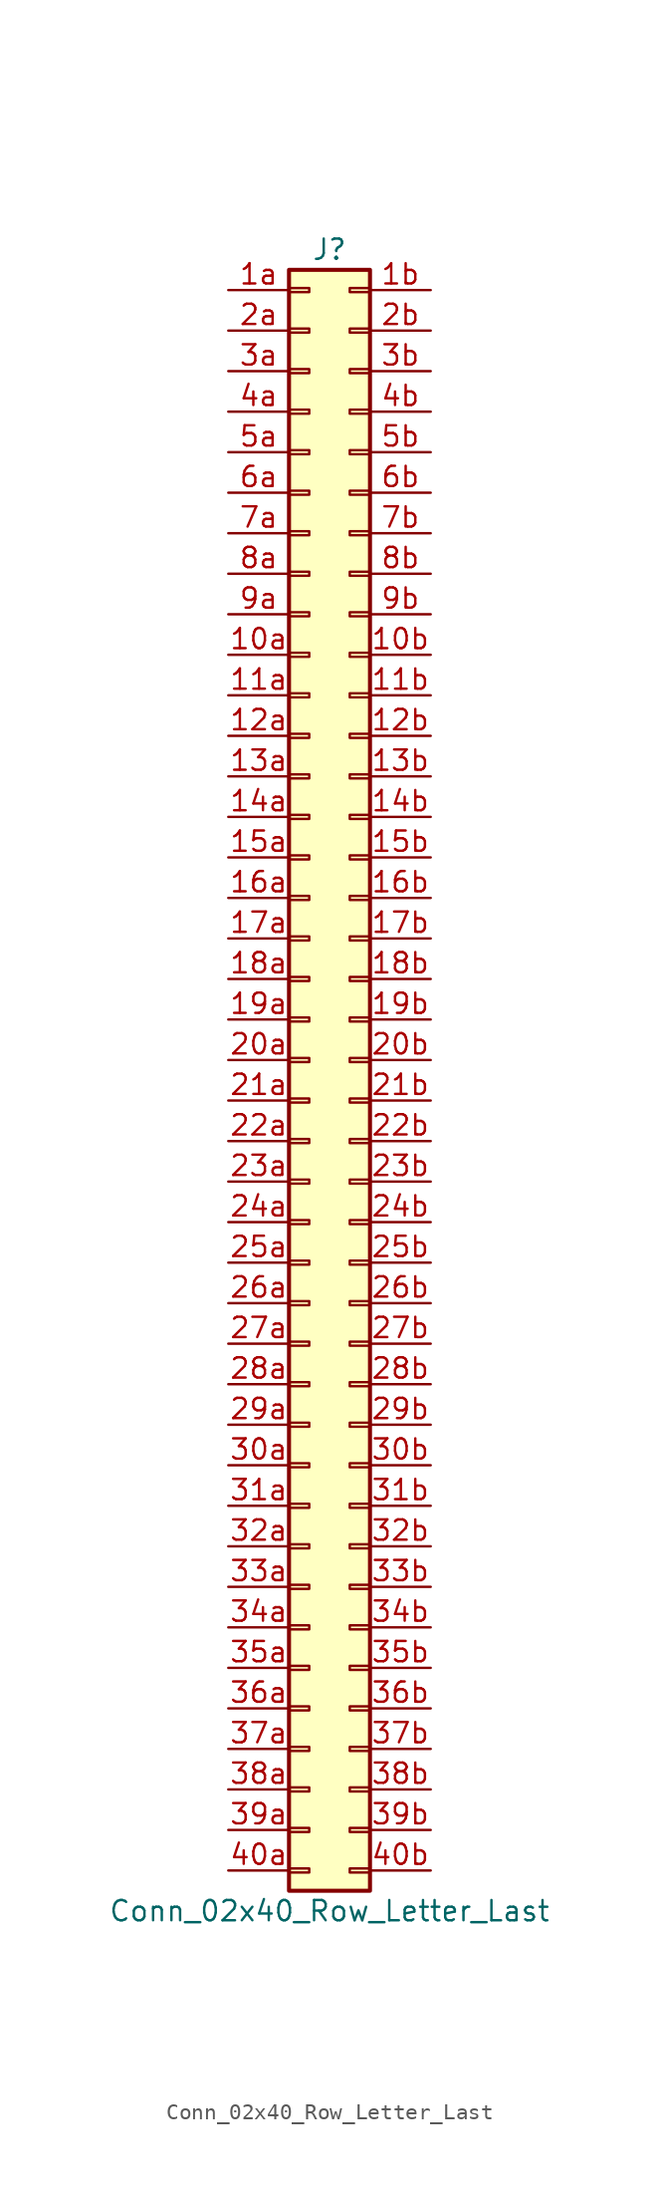
<source format=kicad_sym>
(kicad_symbol_lib
  (version 20220914)
  (generator kicad_symbol_editor)
  (symbol "Conn_02x40_Row_Letter_Last"
    (pin_names
      (offset 1.016) hide)
    (property "Reference" "J"
      (at 1.27 50.8 0)
      (effects (font (size 1.27 1.27))))
    (property "Value" "Conn_02x40_Row_Letter_Last"
      (at 1.27 -53.34 0)
      (effects (font (size 1.27 1.27))))
    (symbol "Conn_02x40_Row_Letter_Last_1_1"
      (rectangle (start -1.27 -50.673) (end 0 -50.927) (stroke (width 0.152) (type solid)) (fill (type none)))
      (rectangle (start -1.27 -48.133) (end 0 -48.387) (stroke (width 0.152) (type solid)) (fill (type none)))
      (rectangle (start -1.27 -45.593) (end 0 -45.847) (stroke (width 0.152) (type solid)) (fill (type none)))
      (rectangle (start -1.27 -43.053) (end 0 -43.307) (stroke (width 0.152) (type solid)) (fill (type none)))
      (rectangle (start -1.27 -40.513) (end 0 -40.767) (stroke (width 0.152) (type solid)) (fill (type none)))
      (rectangle (start -1.27 -37.973) (end 0 -38.227) (stroke (width 0.152) (type solid)) (fill (type none)))
      (rectangle (start -1.27 -35.433) (end 0 -35.687) (stroke (width 0.152) (type solid)) (fill (type none)))
      (rectangle (start -1.27 -32.893) (end 0 -33.147) (stroke (width 0.152) (type solid)) (fill (type none)))
      (rectangle (start -1.27 -30.353) (end 0 -30.607) (stroke (width 0.152) (type solid)) (fill (type none)))
      (rectangle (start -1.27 -27.813) (end 0 -28.067) (stroke (width 0.152) (type solid)) (fill (type none)))
      (rectangle (start -1.27 -25.273) (end 0 -25.527) (stroke (width 0.152) (type solid)) (fill (type none)))
      (rectangle (start -1.27 -22.733) (end 0 -22.987) (stroke (width 0.152) (type solid)) (fill (type none)))
      (rectangle (start -1.27 -20.193) (end 0 -20.447) (stroke (width 0.152) (type solid)) (fill (type none)))
      (rectangle (start -1.27 -17.653) (end 0 -17.907) (stroke (width 0.152) (type solid)) (fill (type none)))
      (rectangle (start -1.27 -15.113) (end 0 -15.367) (stroke (width 0.152) (type solid)) (fill (type none)))
      (rectangle (start -1.27 -12.573) (end 0 -12.827) (stroke (width 0.152) (type solid)) (fill (type none)))
      (rectangle (start -1.27 -10.033) (end 0 -10.287) (stroke (width 0.152) (type solid)) (fill (type none)))
      (rectangle (start -1.27 -7.493) (end 0 -7.747) (stroke (width 0.152) (type solid)) (fill (type none)))
      (rectangle (start -1.27 -4.953) (end 0 -5.207) (stroke (width 0.152) (type solid)) (fill (type none)))
      (rectangle (start -1.27 -2.413) (end 0 -2.667) (stroke (width 0.152) (type solid)) (fill (type none)))
      (rectangle (start -1.27 0.127) (end 0 -0.127) (stroke (width 0.152) (type solid)) (fill (type none)))
      (rectangle (start -1.27 2.667) (end 0 2.413) (stroke (width 0.152) (type solid)) (fill (type none)))
      (rectangle (start -1.27 5.207) (end 0 4.953) (stroke (width 0.152) (type solid)) (fill (type none)))
      (rectangle (start -1.27 7.747) (end 0 7.493) (stroke (width 0.152) (type solid)) (fill (type none)))
      (rectangle (start -1.27 10.287) (end 0 10.033) (stroke (width 0.152) (type solid)) (fill (type none)))
      (rectangle (start -1.27 12.827) (end 0 12.573) (stroke (width 0.152) (type solid)) (fill (type none)))
      (rectangle (start -1.27 15.367) (end 0 15.113) (stroke (width 0.152) (type solid)) (fill (type none)))
      (rectangle (start -1.27 17.907) (end 0 17.653) (stroke (width 0.152) (type solid)) (fill (type none)))
      (rectangle (start -1.27 20.447) (end 0 20.193) (stroke (width 0.152) (type solid)) (fill (type none)))
      (rectangle (start -1.27 22.987) (end 0 22.733) (stroke (width 0.152) (type solid)) (fill (type none)))
      (rectangle (start -1.27 25.527) (end 0 25.273) (stroke (width 0.152) (type solid)) (fill (type none)))
      (rectangle (start -1.27 28.067) (end 0 27.813) (stroke (width 0.152) (type solid)) (fill (type none)))
      (rectangle (start -1.27 30.607) (end 0 30.353) (stroke (width 0.152) (type solid)) (fill (type none)))
      (rectangle (start -1.27 33.147) (end 0 32.893) (stroke (width 0.152) (type solid)) (fill (type none)))
      (rectangle (start -1.27 35.687) (end 0 35.433) (stroke (width 0.152) (type solid)) (fill (type none)))
      (rectangle (start -1.27 38.227) (end 0 37.973) (stroke (width 0.152) (type solid)) (fill (type none)))
      (rectangle (start -1.27 40.767) (end 0 40.513) (stroke (width 0.152) (type solid)) (fill (type none)))
      (rectangle (start -1.27 43.307) (end 0 43.053) (stroke (width 0.152) (type solid)) (fill (type none)))
      (rectangle (start -1.27 45.847) (end 0 45.593) (stroke (width 0.152) (type solid)) (fill (type none)))
      (rectangle (start -1.27 48.387) (end 0 48.133) (stroke (width 0.152) (type solid)) (fill (type none)))
      (rectangle (start -1.27 49.53) (end 3.81 -52.07) (stroke (width 0.254) (type solid)) (fill (type background)))
      (rectangle (start 3.81 -50.673) (end 2.54 -50.927) (stroke (width 0.152) (type solid)) (fill (type none)))
      (rectangle (start 3.81 -48.133) (end 2.54 -48.387) (stroke (width 0.152) (type solid)) (fill (type none)))
      (rectangle (start 3.81 -45.593) (end 2.54 -45.847) (stroke (width 0.152) (type solid)) (fill (type none)))
      (rectangle (start 3.81 -43.053) (end 2.54 -43.307) (stroke (width 0.152) (type solid)) (fill (type none)))
      (rectangle (start 3.81 -40.513) (end 2.54 -40.767) (stroke (width 0.152) (type solid)) (fill (type none)))
      (rectangle (start 3.81 -37.973) (end 2.54 -38.227) (stroke (width 0.152) (type solid)) (fill (type none)))
      (rectangle (start 3.81 -35.433) (end 2.54 -35.687) (stroke (width 0.152) (type solid)) (fill (type none)))
      (rectangle (start 3.81 -32.893) (end 2.54 -33.147) (stroke (width 0.152) (type solid)) (fill (type none)))
      (rectangle (start 3.81 -30.353) (end 2.54 -30.607) (stroke (width 0.152) (type solid)) (fill (type none)))
      (rectangle (start 3.81 -27.813) (end 2.54 -28.067) (stroke (width 0.152) (type solid)) (fill (type none)))
      (rectangle (start 3.81 -25.273) (end 2.54 -25.527) (stroke (width 0.152) (type solid)) (fill (type none)))
      (rectangle (start 3.81 -22.733) (end 2.54 -22.987) (stroke (width 0.152) (type solid)) (fill (type none)))
      (rectangle (start 3.81 -20.193) (end 2.54 -20.447) (stroke (width 0.152) (type solid)) (fill (type none)))
      (rectangle (start 3.81 -17.653) (end 2.54 -17.907) (stroke (width 0.152) (type solid)) (fill (type none)))
      (rectangle (start 3.81 -15.113) (end 2.54 -15.367) (stroke (width 0.152) (type solid)) (fill (type none)))
      (rectangle (start 3.81 -12.573) (end 2.54 -12.827) (stroke (width 0.152) (type solid)) (fill (type none)))
      (rectangle (start 3.81 -10.033) (end 2.54 -10.287) (stroke (width 0.152) (type solid)) (fill (type none)))
      (rectangle (start 3.81 -7.493) (end 2.54 -7.747) (stroke (width 0.152) (type solid)) (fill (type none)))
      (rectangle (start 3.81 -4.953) (end 2.54 -5.207) (stroke (width 0.152) (type solid)) (fill (type none)))
      (rectangle (start 3.81 -2.413) (end 2.54 -2.667) (stroke (width 0.152) (type solid)) (fill (type none)))
      (rectangle (start 3.81 0.127) (end 2.54 -0.127) (stroke (width 0.152) (type solid)) (fill (type none)))
      (rectangle (start 3.81 2.667) (end 2.54 2.413) (stroke (width 0.152) (type solid)) (fill (type none)))
      (rectangle (start 3.81 5.207) (end 2.54 4.953) (stroke (width 0.152) (type solid)) (fill (type none)))
      (rectangle (start 3.81 7.747) (end 2.54 7.493) (stroke (width 0.152) (type solid)) (fill (type none)))
      (rectangle (start 3.81 10.287) (end 2.54 10.033) (stroke (width 0.152) (type solid)) (fill (type none)))
      (rectangle (start 3.81 12.827) (end 2.54 12.573) (stroke (width 0.152) (type solid)) (fill (type none)))
      (rectangle (start 3.81 15.367) (end 2.54 15.113) (stroke (width 0.152) (type solid)) (fill (type none)))
      (rectangle (start 3.81 17.907) (end 2.54 17.653) (stroke (width 0.152) (type solid)) (fill (type none)))
      (rectangle (start 3.81 20.447) (end 2.54 20.193) (stroke (width 0.152) (type solid)) (fill (type none)))
      (rectangle (start 3.81 22.987) (end 2.54 22.733) (stroke (width 0.152) (type solid)) (fill (type none)))
      (rectangle (start 3.81 25.527) (end 2.54 25.273) (stroke (width 0.152) (type solid)) (fill (type none)))
      (rectangle (start 3.81 28.067) (end 2.54 27.813) (stroke (width 0.152) (type solid)) (fill (type none)))
      (rectangle (start 3.81 30.607) (end 2.54 30.353) (stroke (width 0.152) (type solid)) (fill (type none)))
      (rectangle (start 3.81 33.147) (end 2.54 32.893) (stroke (width 0.152) (type solid)) (fill (type none)))
      (rectangle (start 3.81 35.687) (end 2.54 35.433) (stroke (width 0.152) (type solid)) (fill (type none)))
      (rectangle (start 3.81 38.227) (end 2.54 37.973) (stroke (width 0.152) (type solid)) (fill (type none)))
      (rectangle (start 3.81 40.767) (end 2.54 40.513) (stroke (width 0.152) (type solid)) (fill (type none)))
      (rectangle (start 3.81 43.307) (end 2.54 43.053) (stroke (width 0.152) (type solid)) (fill (type none)))
      (rectangle (start 3.81 45.847) (end 2.54 45.593) (stroke (width 0.152) (type solid)) (fill (type none)))
      (rectangle (start 3.81 48.387) (end 2.54 48.133) (stroke (width 0.152) (type solid)) (fill (type none)))
      (pin passive line (at -5.08 25.4 0) (length 3.81) (name "Pin_10a" (effects (font (size 1.27 1.27)))) (number "10a" (effects (font (size 1.27 1.27)))))
      (pin passive line (at 7.62 25.4 180) (length 3.81) (name "Pin_10b" (effects (font (size 1.27 1.27)))) (number "10b" (effects (font (size 1.27 1.27)))))
      (pin passive line (at -5.08 22.86 0) (length 3.81) (name "Pin_11a" (effects (font (size 1.27 1.27)))) (number "11a" (effects (font (size 1.27 1.27)))))
      (pin passive line (at 7.62 22.86 180) (length 3.81) (name "Pin_11b" (effects (font (size 1.27 1.27)))) (number "11b" (effects (font (size 1.27 1.27)))))
      (pin passive line (at -5.08 20.32 0) (length 3.81) (name "Pin_12a" (effects (font (size 1.27 1.27)))) (number "12a" (effects (font (size 1.27 1.27)))))
      (pin passive line (at 7.62 20.32 180) (length 3.81) (name "Pin_12b" (effects (font (size 1.27 1.27)))) (number "12b" (effects (font (size 1.27 1.27)))))
      (pin passive line (at -5.08 17.78 0) (length 3.81) (name "Pin_13a" (effects (font (size 1.27 1.27)))) (number "13a" (effects (font (size 1.27 1.27)))))
      (pin passive line (at 7.62 17.78 180) (length 3.81) (name "Pin_13b" (effects (font (size 1.27 1.27)))) (number "13b" (effects (font (size 1.27 1.27)))))
      (pin passive line (at -5.08 15.24 0) (length 3.81) (name "Pin_14a" (effects (font (size 1.27 1.27)))) (number "14a" (effects (font (size 1.27 1.27)))))
      (pin passive line (at 7.62 15.24 180) (length 3.81) (name "Pin_14b" (effects (font (size 1.27 1.27)))) (number "14b" (effects (font (size 1.27 1.27)))))
      (pin passive line (at -5.08 12.7 0) (length 3.81) (name "Pin_15a" (effects (font (size 1.27 1.27)))) (number "15a" (effects (font (size 1.27 1.27)))))
      (pin passive line (at 7.62 12.7 180) (length 3.81) (name "Pin_15b" (effects (font (size 1.27 1.27)))) (number "15b" (effects (font (size 1.27 1.27)))))
      (pin passive line (at -5.08 10.16 0) (length 3.81) (name "Pin_16a" (effects (font (size 1.27 1.27)))) (number "16a" (effects (font (size 1.27 1.27)))))
      (pin passive line (at 7.62 10.16 180) (length 3.81) (name "Pin_16b" (effects (font (size 1.27 1.27)))) (number "16b" (effects (font (size 1.27 1.27)))))
      (pin passive line (at -5.08 7.62 0) (length 3.81) (name "Pin_17a" (effects (font (size 1.27 1.27)))) (number "17a" (effects (font (size 1.27 1.27)))))
      (pin passive line (at 7.62 7.62 180) (length 3.81) (name "Pin_17b" (effects (font (size 1.27 1.27)))) (number "17b" (effects (font (size 1.27 1.27)))))
      (pin passive line (at -5.08 5.08 0) (length 3.81) (name "Pin_18a" (effects (font (size 1.27 1.27)))) (number "18a" (effects (font (size 1.27 1.27)))))
      (pin passive line (at 7.62 5.08 180) (length 3.81) (name "Pin_18b" (effects (font (size 1.27 1.27)))) (number "18b" (effects (font (size 1.27 1.27)))))
      (pin passive line (at -5.08 2.54 0) (length 3.81) (name "Pin_19a" (effects (font (size 1.27 1.27)))) (number "19a" (effects (font (size 1.27 1.27)))))
      (pin passive line (at 7.62 2.54 180) (length 3.81) (name "Pin_19b" (effects (font (size 1.27 1.27)))) (number "19b" (effects (font (size 1.27 1.27)))))
      (pin passive line (at -5.08 48.26 0) (length 3.81) (name "Pin_1a" (effects (font (size 1.27 1.27)))) (number "1a" (effects (font (size 1.27 1.27)))))
      (pin passive line (at 7.62 48.26 180) (length 3.81) (name "Pin_1b" (effects (font (size 1.27 1.27)))) (number "1b" (effects (font (size 1.27 1.27)))))
      (pin passive line (at -5.08 0 0) (length 3.81) (name "Pin_20a" (effects (font (size 1.27 1.27)))) (number "20a" (effects (font (size 1.27 1.27)))))
      (pin passive line (at 7.62 0 180) (length 3.81) (name "Pin_20b" (effects (font (size 1.27 1.27)))) (number "20b" (effects (font (size 1.27 1.27)))))
      (pin passive line (at -5.08 -2.54 0) (length 3.81) (name "Pin_21a" (effects (font (size 1.27 1.27)))) (number "21a" (effects (font (size 1.27 1.27)))))
      (pin passive line (at 7.62 -2.54 180) (length 3.81) (name "Pin_21b" (effects (font (size 1.27 1.27)))) (number "21b" (effects (font (size 1.27 1.27)))))
      (pin passive line (at -5.08 -5.08 0) (length 3.81) (name "Pin_22a" (effects (font (size 1.27 1.27)))) (number "22a" (effects (font (size 1.27 1.27)))))
      (pin passive line (at 7.62 -5.08 180) (length 3.81) (name "Pin_22b" (effects (font (size 1.27 1.27)))) (number "22b" (effects (font (size 1.27 1.27)))))
      (pin passive line (at -5.08 -7.62 0) (length 3.81) (name "Pin_23a" (effects (font (size 1.27 1.27)))) (number "23a" (effects (font (size 1.27 1.27)))))
      (pin passive line (at 7.62 -7.62 180) (length 3.81) (name "Pin_23b" (effects (font (size 1.27 1.27)))) (number "23b" (effects (font (size 1.27 1.27)))))
      (pin passive line (at -5.08 -10.16 0) (length 3.81) (name "Pin_24a" (effects (font (size 1.27 1.27)))) (number "24a" (effects (font (size 1.27 1.27)))))
      (pin passive line (at 7.62 -10.16 180) (length 3.81) (name "Pin_24b" (effects (font (size 1.27 1.27)))) (number "24b" (effects (font (size 1.27 1.27)))))
      (pin passive line (at -5.08 -12.7 0) (length 3.81) (name "Pin_25a" (effects (font (size 1.27 1.27)))) (number "25a" (effects (font (size 1.27 1.27)))))
      (pin passive line (at 7.62 -12.7 180) (length 3.81) (name "Pin_25b" (effects (font (size 1.27 1.27)))) (number "25b" (effects (font (size 1.27 1.27)))))
      (pin passive line (at -5.08 -15.24 0) (length 3.81) (name "Pin_26a" (effects (font (size 1.27 1.27)))) (number "26a" (effects (font (size 1.27 1.27)))))
      (pin passive line (at 7.62 -15.24 180) (length 3.81) (name "Pin_26b" (effects (font (size 1.27 1.27)))) (number "26b" (effects (font (size 1.27 1.27)))))
      (pin passive line (at -5.08 -17.78 0) (length 3.81) (name "Pin_27a" (effects (font (size 1.27 1.27)))) (number "27a" (effects (font (size 1.27 1.27)))))
      (pin passive line (at 7.62 -17.78 180) (length 3.81) (name "Pin_27b" (effects (font (size 1.27 1.27)))) (number "27b" (effects (font (size 1.27 1.27)))))
      (pin passive line (at -5.08 -20.32 0) (length 3.81) (name "Pin_28a" (effects (font (size 1.27 1.27)))) (number "28a" (effects (font (size 1.27 1.27)))))
      (pin passive line (at 7.62 -20.32 180) (length 3.81) (name "Pin_28b" (effects (font (size 1.27 1.27)))) (number "28b" (effects (font (size 1.27 1.27)))))
      (pin passive line (at -5.08 -22.86 0) (length 3.81) (name "Pin_29a" (effects (font (size 1.27 1.27)))) (number "29a" (effects (font (size 1.27 1.27)))))
      (pin passive line (at 7.62 -22.86 180) (length 3.81) (name "Pin_29b" (effects (font (size 1.27 1.27)))) (number "29b" (effects (font (size 1.27 1.27)))))
      (pin passive line (at -5.08 45.72 0) (length 3.81) (name "Pin_2a" (effects (font (size 1.27 1.27)))) (number "2a" (effects (font (size 1.27 1.27)))))
      (pin passive line (at 7.62 45.72 180) (length 3.81) (name "Pin_2b" (effects (font (size 1.27 1.27)))) (number "2b" (effects (font (size 1.27 1.27)))))
      (pin passive line (at -5.08 -25.4 0) (length 3.81) (name "Pin_30a" (effects (font (size 1.27 1.27)))) (number "30a" (effects (font (size 1.27 1.27)))))
      (pin passive line (at 7.62 -25.4 180) (length 3.81) (name "Pin_30b" (effects (font (size 1.27 1.27)))) (number "30b" (effects (font (size 1.27 1.27)))))
      (pin passive line (at -5.08 -27.94 0) (length 3.81) (name "Pin_31a" (effects (font (size 1.27 1.27)))) (number "31a" (effects (font (size 1.27 1.27)))))
      (pin passive line (at 7.62 -27.94 180) (length 3.81) (name "Pin_31b" (effects (font (size 1.27 1.27)))) (number "31b" (effects (font (size 1.27 1.27)))))
      (pin passive line (at -5.08 -30.48 0) (length 3.81) (name "Pin_32a" (effects (font (size 1.27 1.27)))) (number "32a" (effects (font (size 1.27 1.27)))))
      (pin passive line (at 7.62 -30.48 180) (length 3.81) (name "Pin_32b" (effects (font (size 1.27 1.27)))) (number "32b" (effects (font (size 1.27 1.27)))))
      (pin passive line (at -5.08 -33.02 0) (length 3.81) (name "Pin_33a" (effects (font (size 1.27 1.27)))) (number "33a" (effects (font (size 1.27 1.27)))))
      (pin passive line (at 7.62 -33.02 180) (length 3.81) (name "Pin_33b" (effects (font (size 1.27 1.27)))) (number "33b" (effects (font (size 1.27 1.27)))))
      (pin passive line (at -5.08 -35.56 0) (length 3.81) (name "Pin_34a" (effects (font (size 1.27 1.27)))) (number "34a" (effects (font (size 1.27 1.27)))))
      (pin passive line (at 7.62 -35.56 180) (length 3.81) (name "Pin_34b" (effects (font (size 1.27 1.27)))) (number "34b" (effects (font (size 1.27 1.27)))))
      (pin passive line (at -5.08 -38.1 0) (length 3.81) (name "Pin_35a" (effects (font (size 1.27 1.27)))) (number "35a" (effects (font (size 1.27 1.27)))))
      (pin passive line (at 7.62 -38.1 180) (length 3.81) (name "Pin_35b" (effects (font (size 1.27 1.27)))) (number "35b" (effects (font (size 1.27 1.27)))))
      (pin passive line (at -5.08 -40.64 0) (length 3.81) (name "Pin_36a" (effects (font (size 1.27 1.27)))) (number "36a" (effects (font (size 1.27 1.27)))))
      (pin passive line (at 7.62 -40.64 180) (length 3.81) (name "Pin_36b" (effects (font (size 1.27 1.27)))) (number "36b" (effects (font (size 1.27 1.27)))))
      (pin passive line (at -5.08 -43.18 0) (length 3.81) (name "Pin_37a" (effects (font (size 1.27 1.27)))) (number "37a" (effects (font (size 1.27 1.27)))))
      (pin passive line (at 7.62 -43.18 180) (length 3.81) (name "Pin_37b" (effects (font (size 1.27 1.27)))) (number "37b" (effects (font (size 1.27 1.27)))))
      (pin passive line (at -5.08 -45.72 0) (length 3.81) (name "Pin_38a" (effects (font (size 1.27 1.27)))) (number "38a" (effects (font (size 1.27 1.27)))))
      (pin passive line (at 7.62 -45.72 180) (length 3.81) (name "Pin_38b" (effects (font (size 1.27 1.27)))) (number "38b" (effects (font (size 1.27 1.27)))))
      (pin passive line (at -5.08 -48.26 0) (length 3.81) (name "Pin_39a" (effects (font (size 1.27 1.27)))) (number "39a" (effects (font (size 1.27 1.27)))))
      (pin passive line (at 7.62 -48.26 180) (length 3.81) (name "Pin_39b" (effects (font (size 1.27 1.27)))) (number "39b" (effects (font (size 1.27 1.27)))))
      (pin passive line (at -5.08 43.18 0) (length 3.81) (name "Pin_3a" (effects (font (size 1.27 1.27)))) (number "3a" (effects (font (size 1.27 1.27)))))
      (pin passive line (at 7.62 43.18 180) (length 3.81) (name "Pin_3b" (effects (font (size 1.27 1.27)))) (number "3b" (effects (font (size 1.27 1.27)))))
      (pin passive line (at -5.08 -50.8 0) (length 3.81) (name "Pin_40a" (effects (font (size 1.27 1.27)))) (number "40a" (effects (font (size 1.27 1.27)))))
      (pin passive line (at 7.62 -50.8 180) (length 3.81) (name "Pin_40b" (effects (font (size 1.27 1.27)))) (number "40b" (effects (font (size 1.27 1.27)))))
      (pin passive line (at -5.08 40.64 0) (length 3.81) (name "Pin_4a" (effects (font (size 1.27 1.27)))) (number "4a" (effects (font (size 1.27 1.27)))))
      (pin passive line (at 7.62 40.64 180) (length 3.81) (name "Pin_4b" (effects (font (size 1.27 1.27)))) (number "4b" (effects (font (size 1.27 1.27)))))
      (pin passive line (at -5.08 38.1 0) (length 3.81) (name "Pin_5a" (effects (font (size 1.27 1.27)))) (number "5a" (effects (font (size 1.27 1.27)))))
      (pin passive line (at 7.62 38.1 180) (length 3.81) (name "Pin_5b" (effects (font (size 1.27 1.27)))) (number "5b" (effects (font (size 1.27 1.27)))))
      (pin passive line (at -5.08 35.56 0) (length 3.81) (name "Pin_6a" (effects (font (size 1.27 1.27)))) (number "6a" (effects (font (size 1.27 1.27)))))
      (pin passive line (at 7.62 35.56 180) (length 3.81) (name "Pin_6b" (effects (font (size 1.27 1.27)))) (number "6b" (effects (font (size 1.27 1.27)))))
      (pin passive line (at -5.08 33.02 0) (length 3.81) (name "Pin_7a" (effects (font (size 1.27 1.27)))) (number "7a" (effects (font (size 1.27 1.27)))))
      (pin passive line (at 7.62 33.02 180) (length 3.81) (name "Pin_7b" (effects (font (size 1.27 1.27)))) (number "7b" (effects (font (size 1.27 1.27)))))
      (pin passive line (at -5.08 30.48 0) (length 3.81) (name "Pin_8a" (effects (font (size 1.27 1.27)))) (number "8a" (effects (font (size 1.27 1.27)))))
      (pin passive line (at 7.62 30.48 180) (length 3.81) (name "Pin_8b" (effects (font (size 1.27 1.27)))) (number "8b" (effects (font (size 1.27 1.27)))))
      (pin passive line (at -5.08 27.94 0) (length 3.81) (name "Pin_9a" (effects (font (size 1.27 1.27)))) (number "9a" (effects (font (size 1.27 1.27)))))
      (pin passive line (at 7.62 27.94 180) (length 3.81) (name "Pin_9b" (effects (font (size 1.27 1.27)))) (number "9b" (effects (font (size 1.27 1.27))))))))
</source>
